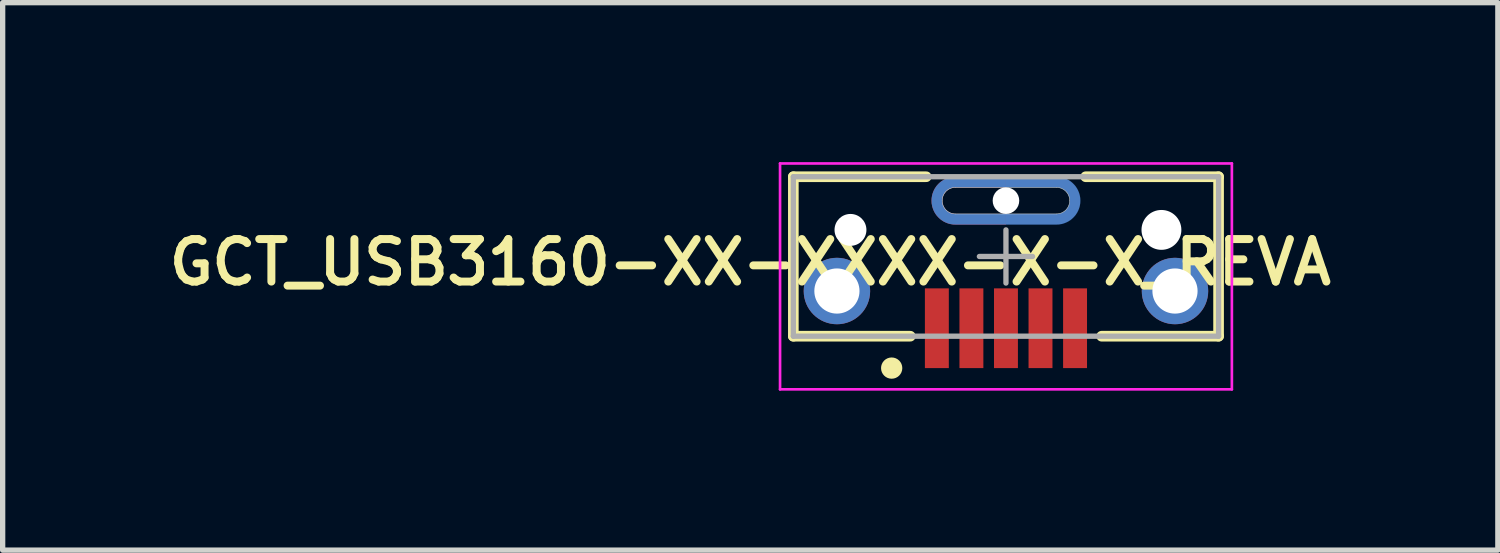
<source format=kicad_pcb>
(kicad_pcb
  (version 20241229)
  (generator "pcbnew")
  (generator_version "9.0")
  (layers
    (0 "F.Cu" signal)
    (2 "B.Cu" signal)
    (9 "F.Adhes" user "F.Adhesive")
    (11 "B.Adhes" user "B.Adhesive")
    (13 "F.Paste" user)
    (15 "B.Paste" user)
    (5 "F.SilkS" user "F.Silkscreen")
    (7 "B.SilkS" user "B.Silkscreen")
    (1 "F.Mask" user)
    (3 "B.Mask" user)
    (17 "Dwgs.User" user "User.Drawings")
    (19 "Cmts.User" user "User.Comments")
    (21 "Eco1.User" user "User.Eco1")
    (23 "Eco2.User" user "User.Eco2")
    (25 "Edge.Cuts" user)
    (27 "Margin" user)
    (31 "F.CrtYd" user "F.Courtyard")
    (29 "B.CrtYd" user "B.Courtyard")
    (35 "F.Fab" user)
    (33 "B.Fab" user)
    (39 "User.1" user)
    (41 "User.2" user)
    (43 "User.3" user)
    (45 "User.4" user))
  (footprint "GCT_USB3160-XX-XXXX-X-X_REVA"
    (layer "F.Cu")
    (at 15.875 1.775)
    (property "Reference" "GCT_USB3160-XX-XXXX-X-X_REVA" (at -4.81 0.11 180) (layer "F.SilkS") (effects (font (size 0.8 0.8) (thickness 0.15))))
    (attr smd)
    (fp_poly (pts (xy -1.503 -1.6) (xy 1.5 -1.6) (xy 1.5 -0.501) (xy -1.503 -0.501)) (stroke (width 0.01) (type solid)) (fill yes) (layer "F.Mask"))
    (fp_poly (pts (xy 0 -1.3) (xy 0 -1.5) (xy 0.95 -1.5) (xy 0.974 -1.499) (xy 0.997 -1.498) (xy 1.02 -1.494) (xy 1.044 -1.49) (xy 1.066 -1.485) (xy 1.089 -1.478) (xy 1.111 -1.47) (xy 1.133 -1.461) (xy 1.154 -1.451) (xy 1.175 -1.44) (xy 1.195 -1.427) (xy 1.215 -1.414) (xy 1.233 -1.4) (xy 1.251 -1.384) (xy 1.268 -1.368) (xy 1.284 -1.351) (xy 1.3 -1.333) (xy 1.314 -1.315) (xy 1.327 -1.295) (xy 1.34 -1.275) (xy 1.351 -1.254) (xy 1.361 -1.233) (xy 1.37 -1.211) (xy 1.378 -1.189) (xy 1.385 -1.166) (xy 1.39 -1.144) (xy 1.394 -1.12) (xy 1.398 -1.097) (xy 1.399 -1.074) (xy 1.4 -1.05) (xy 1.399 -1.026) (xy 1.398 -1.003) (xy 1.394 -0.98) (xy 1.39 -0.956) (xy 1.385 -0.934) (xy 1.378 -0.911) (xy 1.37 -0.889) (xy 1.361 -0.867) (xy 1.351 -0.846) (xy 1.34 -0.825) (xy 1.327 -0.805) (xy 1.314 -0.785) (xy 1.3 -0.767) (xy 1.284 -0.749) (xy 1.268 -0.732) (xy 1.251 -0.716) (xy 1.233 -0.7) (xy 1.215 -0.686) (xy 1.195 -0.673) (xy 1.175 -0.66) (xy 1.154 -0.649) (xy 1.133 -0.639) (xy 1.111 -0.63) (xy 1.089 -0.622) (xy 1.066 -0.615) (xy 1.044 -0.61) (xy 1.02 -0.606) (xy 0.997 -0.602) (xy 0.974 -0.601) (xy 0.95 -0.6) (xy 0 -0.6) (xy 0 -0.8) (xy 0.95 -0.8) (xy 0.963 -0.8) (xy 0.976 -0.801) (xy 0.989 -0.803) (xy 1.002 -0.805) (xy 1.015 -0.809) (xy 1.027 -0.812) (xy 1.04 -0.817) (xy 1.052 -0.822) (xy 1.063 -0.827) (xy 1.075 -0.833) (xy 1.086 -0.84) (xy 1.097 -0.848) (xy 1.107 -0.856) (xy 1.117 -0.864) (xy 1.127 -0.873) (xy 1.136 -0.883) (xy 1.144 -0.893) (xy 1.152 -0.903) (xy 1.16 -0.914) (xy 1.167 -0.925) (xy 1.173 -0.937) (xy 1.178 -0.948) (xy 1.183 -0.96) (xy 1.188 -0.973) (xy 1.191 -0.985) (xy 1.195 -0.998) (xy 1.197 -1.011) (xy 1.199 -1.024) (xy 1.2 -1.037) (xy 1.2 -1.05) (xy 1.2 -1.063) (xy 1.199 -1.076) (xy 1.197 -1.089) (xy 1.195 -1.102) (xy 1.191 -1.115) (xy 1.188 -1.127) (xy 1.183 -1.14) (xy 1.178 -1.152) (xy 1.173 -1.163) (xy 1.167 -1.175) (xy 1.16 -1.186) (xy 1.152 -1.197) (xy 1.144 -1.207) (xy 1.136 -1.217) (xy 1.127 -1.227) (xy 1.117 -1.236) (xy 1.107 -1.244) (xy 1.097 -1.252) (xy 1.086 -1.26) (xy 1.075 -1.267) (xy 1.063 -1.273) (xy 1.052 -1.278) (xy 1.04 -1.283) (xy 1.027 -1.288) (xy 1.015 -1.291) (xy 1.002 -1.295) (xy 0.989 -1.297) (xy 0.976 -1.299) (xy 0.963 -1.3) (xy 0.95 -1.3) (xy 0 -1.3)) (stroke (width 0.001) (type solid)) (fill yes) (layer "B.Cu"))
    (fp_poly (pts (xy 0 -0.8) (xy 0 -0.6) (xy -0.95 -0.6) (xy -0.974 -0.601) (xy -0.997 -0.602) (xy -1.02 -0.606) (xy -1.044 -0.61) (xy -1.066 -0.615) (xy -1.089 -0.622) (xy -1.111 -0.63) (xy -1.133 -0.639) (xy -1.154 -0.649) (xy -1.175 -0.66) (xy -1.195 -0.673) (xy -1.215 -0.686) (xy -1.233 -0.7) (xy -1.251 -0.716) (xy -1.268 -0.732) (xy -1.284 -0.749) (xy -1.3 -0.767) (xy -1.314 -0.785) (xy -1.327 -0.805) (xy -1.34 -0.825) (xy -1.351 -0.846) (xy -1.361 -0.867) (xy -1.37 -0.889) (xy -1.378 -0.911) (xy -1.385 -0.934) (xy -1.39 -0.956) (xy -1.394 -0.98) (xy -1.398 -1.003) (xy -1.399 -1.026) (xy -1.4 -1.05) (xy -1.399 -1.074) (xy -1.398 -1.097) (xy -1.394 -1.12) (xy -1.39 -1.144) (xy -1.385 -1.166) (xy -1.378 -1.189) (xy -1.37 -1.211) (xy -1.361 -1.233) (xy -1.351 -1.254) (xy -1.34 -1.275) (xy -1.327 -1.295) (xy -1.314 -1.315) (xy -1.3 -1.333) (xy -1.284 -1.351) (xy -1.268 -1.368) (xy -1.251 -1.384) (xy -1.233 -1.4) (xy -1.215 -1.414) (xy -1.195 -1.427) (xy -1.175 -1.44) (xy -1.154 -1.451) (xy -1.133 -1.461) (xy -1.111 -1.47) (xy -1.089 -1.478) (xy -1.066 -1.485) (xy -1.044 -1.49) (xy -1.02 -1.494) (xy -0.997 -1.498) (xy -0.974 -1.499) (xy -0.95 -1.5) (xy 0 -1.5) (xy 0 -1.3) (xy -0.95 -1.3) (xy -0.963 -1.3) (xy -0.976 -1.299) (xy -0.989 -1.297) (xy -1.002 -1.295) (xy -1.015 -1.291) (xy -1.027 -1.288) (xy -1.04 -1.283) (xy -1.052 -1.278) (xy -1.063 -1.273) (xy -1.075 -1.267) (xy -1.086 -1.26) (xy -1.097 -1.252) (xy -1.107 -1.244) (xy -1.117 -1.236) (xy -1.127 -1.227) (xy -1.136 -1.217) (xy -1.144 -1.207) (xy -1.152 -1.197) (xy -1.16 -1.186) (xy -1.167 -1.175) (xy -1.173 -1.163) (xy -1.178 -1.152) (xy -1.183 -1.14) (xy -1.188 -1.127) (xy -1.191 -1.115) (xy -1.195 -1.102) (xy -1.197 -1.089) (xy -1.199 -1.076) (xy -1.2 -1.063) (xy -1.2 -1.05) (xy -1.2 -1.037) (xy -1.199 -1.024) (xy -1.197 -1.011) (xy -1.195 -0.998) (xy -1.191 -0.985) (xy -1.188 -0.973) (xy -1.183 -0.96) (xy -1.178 -0.948) (xy -1.173 -0.937) (xy -1.167 -0.925) (xy -1.16 -0.914) (xy -1.152 -0.903) (xy -1.144 -0.893) (xy -1.136 -0.883) (xy -1.127 -0.873) (xy -1.117 -0.864) (xy -1.107 -0.856) (xy -1.097 -0.848) (xy -1.086 -0.84) (xy -1.075 -0.833) (xy -1.063 -0.827) (xy -1.052 -0.822) (xy -1.04 -0.817) (xy -1.027 -0.812) (xy -1.015 -0.809) (xy -1.002 -0.805) (xy -0.989 -0.803) (xy -0.976 -0.801) (xy -0.963 -0.8) (xy -0.95 -0.8) (xy 0 -0.8)) (stroke (width 0.001) (type solid)) (fill yes) (layer "B.Cu"))
    (fp_poly (pts (xy -1.502 -1.6) (xy 1.5 -1.6) (xy 1.5 -0.501) (xy -1.502 -0.501)) (stroke (width 0.01) (type solid)) (fill yes) (layer "B.Mask"))
    (fp_line (start -4 -1.5) (end -1.5 -1.5) (stroke (width 0.2) (type solid)) (layer "F.SilkS"))
    (fp_line (start -4 1.5) (end -4 -1.5) (stroke (width 0.2) (type solid)) (layer "F.SilkS"))
    (fp_line (start -4 1.5) (end -1.8 1.5) (stroke (width 0.2) (type solid)) (layer "F.SilkS"))
    (fp_line (start 1.5 -1.5) (end 4 -1.5) (stroke (width 0.2) (type solid)) (layer "F.SilkS"))
    (fp_line (start 1.8 1.5) (end 4 1.5) (stroke (width 0.2) (type solid)) (layer "F.SilkS"))
    (fp_line (start 4 1.5) (end 4 -1.5) (stroke (width 0.2) (type solid)) (layer "F.SilkS"))
    (fp_circle (center -2.15 2.1) (end -2.05 2.1) (stroke (width 0.2) (type solid)) (fill no) (layer "F.SilkS"))
    (fp_poly (pts (xy 0 -1.3) (xy 0 -1.5) (xy 0.95 -1.5) (xy 0.974 -1.499) (xy 0.997 -1.498) (xy 1.02 -1.494) (xy 1.044 -1.49) (xy 1.066 -1.485) (xy 1.089 -1.478) (xy 1.111 -1.47) (xy 1.133 -1.461) (xy 1.154 -1.451) (xy 1.175 -1.44) (xy 1.195 -1.427) (xy 1.215 -1.414) (xy 1.233 -1.4) (xy 1.251 -1.384) (xy 1.268 -1.368) (xy 1.284 -1.351) (xy 1.3 -1.333) (xy 1.314 -1.315) (xy 1.327 -1.295) (xy 1.34 -1.275) (xy 1.351 -1.254) (xy 1.361 -1.233) (xy 1.37 -1.211) (xy 1.378 -1.189) (xy 1.385 -1.166) (xy 1.39 -1.144) (xy 1.394 -1.12) (xy 1.398 -1.097) (xy 1.399 -1.074) (xy 1.4 -1.05) (xy 1.399 -1.026) (xy 1.398 -1.003) (xy 1.394 -0.98) (xy 1.39 -0.956) (xy 1.385 -0.934) (xy 1.378 -0.911) (xy 1.37 -0.889) (xy 1.361 -0.867) (xy 1.351 -0.846) (xy 1.34 -0.825) (xy 1.327 -0.805) (xy 1.314 -0.785) (xy 1.3 -0.767) (xy 1.284 -0.749) (xy 1.268 -0.732) (xy 1.251 -0.716) (xy 1.233 -0.7) (xy 1.215 -0.686) (xy 1.195 -0.673) (xy 1.175 -0.66) (xy 1.154 -0.649) (xy 1.133 -0.639) (xy 1.111 -0.63) (xy 1.089 -0.622) (xy 1.066 -0.615) (xy 1.044 -0.61) (xy 1.02 -0.606) (xy 0.997 -0.602) (xy 0.974 -0.601) (xy 0.95 -0.6) (xy 0 -0.6) (xy 0 -0.8) (xy 0.95 -0.8) (xy 0.963 -0.8) (xy 0.976 -0.801) (xy 0.989 -0.803) (xy 1.002 -0.805) (xy 1.015 -0.809) (xy 1.027 -0.812) (xy 1.04 -0.817) (xy 1.052 -0.822) (xy 1.063 -0.827) (xy 1.075 -0.833) (xy 1.086 -0.84) (xy 1.097 -0.848) (xy 1.107 -0.856) (xy 1.117 -0.864) (xy 1.127 -0.873) (xy 1.136 -0.883) (xy 1.144 -0.893) (xy 1.152 -0.903) (xy 1.16 -0.914) (xy 1.167 -0.925) (xy 1.173 -0.937) (xy 1.178 -0.948) (xy 1.183 -0.96) (xy 1.188 -0.973) (xy 1.191 -0.985) (xy 1.195 -0.998) (xy 1.197 -1.011) (xy 1.199 -1.024) (xy 1.2 -1.037) (xy 1.2 -1.05) (xy 1.2 -1.063) (xy 1.199 -1.076) (xy 1.197 -1.089) (xy 1.195 -1.102) (xy 1.191 -1.115) (xy 1.188 -1.127) (xy 1.183 -1.14) (xy 1.178 -1.152) (xy 1.173 -1.163) (xy 1.167 -1.175) (xy 1.16 -1.186) (xy 1.152 -1.197) (xy 1.144 -1.207) (xy 1.136 -1.217) (xy 1.127 -1.227) (xy 1.117 -1.236) (xy 1.107 -1.244) (xy 1.097 -1.252) (xy 1.086 -1.26) (xy 1.075 -1.267) (xy 1.063 -1.273) (xy 1.052 -1.278) (xy 1.04 -1.283) (xy 1.027 -1.288) (xy 1.015 -1.291) (xy 1.002 -1.295) (xy 0.989 -1.297) (xy 0.976 -1.299) (xy 0.963 -1.3) (xy 0.95 -1.3) (xy 0 -1.3)) (stroke (width 0.001) (type solid)) (fill yes) (layer "F.Paste"))
    (fp_poly (pts (xy 0 -0.8) (xy 0 -0.6) (xy -0.95 -0.6) (xy -0.974 -0.601) (xy -0.997 -0.602) (xy -1.02 -0.606) (xy -1.044 -0.61) (xy -1.066 -0.615) (xy -1.089 -0.622) (xy -1.111 -0.63) (xy -1.133 -0.639) (xy -1.154 -0.649) (xy -1.175 -0.66) (xy -1.195 -0.673) (xy -1.215 -0.686) (xy -1.233 -0.7) (xy -1.251 -0.716) (xy -1.268 -0.732) (xy -1.284 -0.749) (xy -1.3 -0.767) (xy -1.314 -0.785) (xy -1.327 -0.805) (xy -1.34 -0.825) (xy -1.351 -0.846) (xy -1.361 -0.867) (xy -1.37 -0.889) (xy -1.378 -0.911) (xy -1.385 -0.934) (xy -1.39 -0.956) (xy -1.394 -0.98) (xy -1.398 -1.003) (xy -1.399 -1.026) (xy -1.4 -1.05) (xy -1.399 -1.074) (xy -1.398 -1.097) (xy -1.394 -1.12) (xy -1.39 -1.144) (xy -1.385 -1.166) (xy -1.378 -1.189) (xy -1.37 -1.211) (xy -1.361 -1.233) (xy -1.351 -1.254) (xy -1.34 -1.275) (xy -1.327 -1.295) (xy -1.314 -1.315) (xy -1.3 -1.333) (xy -1.284 -1.351) (xy -1.268 -1.368) (xy -1.251 -1.384) (xy -1.233 -1.4) (xy -1.215 -1.414) (xy -1.195 -1.427) (xy -1.175 -1.44) (xy -1.154 -1.451) (xy -1.133 -1.461) (xy -1.111 -1.47) (xy -1.089 -1.478) (xy -1.066 -1.485) (xy -1.044 -1.49) (xy -1.02 -1.494) (xy -0.997 -1.498) (xy -0.974 -1.499) (xy -0.95 -1.5) (xy 0 -1.5) (xy 0 -1.3) (xy -0.95 -1.3) (xy -0.963 -1.3) (xy -0.976 -1.299) (xy -0.989 -1.297) (xy -1.002 -1.295) (xy -1.015 -1.291) (xy -1.027 -1.288) (xy -1.04 -1.283) (xy -1.052 -1.278) (xy -1.063 -1.273) (xy -1.075 -1.267) (xy -1.086 -1.26) (xy -1.097 -1.252) (xy -1.107 -1.244) (xy -1.117 -1.236) (xy -1.127 -1.227) (xy -1.136 -1.217) (xy -1.144 -1.207) (xy -1.152 -1.197) (xy -1.16 -1.186) (xy -1.167 -1.175) (xy -1.173 -1.163) (xy -1.178 -1.152) (xy -1.183 -1.14) (xy -1.188 -1.127) (xy -1.191 -1.115) (xy -1.195 -1.102) (xy -1.197 -1.089) (xy -1.199 -1.076) (xy -1.2 -1.063) (xy -1.2 -1.05) (xy -1.2 -1.037) (xy -1.199 -1.024) (xy -1.197 -1.011) (xy -1.195 -0.998) (xy -1.191 -0.985) (xy -1.188 -0.973) (xy -1.183 -0.96) (xy -1.178 -0.948) (xy -1.173 -0.937) (xy -1.167 -0.925) (xy -1.16 -0.914) (xy -1.152 -0.903) (xy -1.144 -0.893) (xy -1.136 -0.883) (xy -1.127 -0.873) (xy -1.117 -0.864) (xy -1.107 -0.856) (xy -1.097 -0.848) (xy -1.086 -0.84) (xy -1.075 -0.833) (xy -1.063 -0.827) (xy -1.052 -0.822) (xy -1.04 -0.817) (xy -1.027 -0.812) (xy -1.015 -0.809) (xy -1.002 -0.805) (xy -0.989 -0.803) (xy -0.976 -0.801) (xy -0.963 -0.8) (xy -0.95 -0.8) (xy 0 -0.8)) (stroke (width 0.001) (type solid)) (fill yes) (layer "F.Paste"))
    (fp_poly (pts (xy 0 -1.3) (xy 0 -1.5) (xy 0.95 -1.5) (xy 0.974 -1.499) (xy 0.997 -1.498) (xy 1.02 -1.494) (xy 1.044 -1.49) (xy 1.066 -1.485) (xy 1.089 -1.478) (xy 1.111 -1.47) (xy 1.133 -1.461) (xy 1.154 -1.451) (xy 1.175 -1.44) (xy 1.195 -1.427) (xy 1.215 -1.414) (xy 1.233 -1.4) (xy 1.251 -1.384) (xy 1.268 -1.368) (xy 1.284 -1.351) (xy 1.3 -1.333) (xy 1.314 -1.315) (xy 1.327 -1.295) (xy 1.34 -1.275) (xy 1.351 -1.254) (xy 1.361 -1.233) (xy 1.37 -1.211) (xy 1.378 -1.189) (xy 1.385 -1.166) (xy 1.39 -1.144) (xy 1.394 -1.12) (xy 1.398 -1.097) (xy 1.399 -1.074) (xy 1.4 -1.05) (xy 1.399 -1.026) (xy 1.398 -1.003) (xy 1.394 -0.98) (xy 1.39 -0.956) (xy 1.385 -0.934) (xy 1.378 -0.911) (xy 1.37 -0.889) (xy 1.361 -0.867) (xy 1.351 -0.846) (xy 1.34 -0.825) (xy 1.327 -0.805) (xy 1.314 -0.785) (xy 1.3 -0.767) (xy 1.284 -0.749) (xy 1.268 -0.732) (xy 1.251 -0.716) (xy 1.233 -0.7) (xy 1.215 -0.686) (xy 1.195 -0.673) (xy 1.175 -0.66) (xy 1.154 -0.649) (xy 1.133 -0.639) (xy 1.111 -0.63) (xy 1.089 -0.622) (xy 1.066 -0.615) (xy 1.044 -0.61) (xy 1.02 -0.606) (xy 0.997 -0.602) (xy 0.974 -0.601) (xy 0.95 -0.6) (xy 0 -0.6) (xy 0 -0.8) (xy 0.95 -0.8) (xy 0.963 -0.8) (xy 0.976 -0.801) (xy 0.989 -0.803) (xy 1.002 -0.805) (xy 1.015 -0.809) (xy 1.027 -0.812) (xy 1.04 -0.817) (xy 1.052 -0.822) (xy 1.063 -0.827) (xy 1.075 -0.833) (xy 1.086 -0.84) (xy 1.097 -0.848) (xy 1.107 -0.856) (xy 1.117 -0.864) (xy 1.127 -0.873) (xy 1.136 -0.883) (xy 1.144 -0.893) (xy 1.152 -0.903) (xy 1.16 -0.914) (xy 1.167 -0.925) (xy 1.173 -0.937) (xy 1.178 -0.948) (xy 1.183 -0.96) (xy 1.188 -0.973) (xy 1.191 -0.985) (xy 1.195 -0.998) (xy 1.197 -1.011) (xy 1.199 -1.024) (xy 1.2 -1.037) (xy 1.2 -1.05) (xy 1.2 -1.063) (xy 1.199 -1.076) (xy 1.197 -1.089) (xy 1.195 -1.102) (xy 1.191 -1.115) (xy 1.188 -1.127) (xy 1.183 -1.14) (xy 1.178 -1.152) (xy 1.173 -1.163) (xy 1.167 -1.175) (xy 1.16 -1.186) (xy 1.152 -1.197) (xy 1.144 -1.207) (xy 1.136 -1.217) (xy 1.127 -1.227) (xy 1.117 -1.236) (xy 1.107 -1.244) (xy 1.097 -1.252) (xy 1.086 -1.26) (xy 1.075 -1.267) (xy 1.063 -1.273) (xy 1.052 -1.278) (xy 1.04 -1.283) (xy 1.027 -1.288) (xy 1.015 -1.291) (xy 1.002 -1.295) (xy 0.989 -1.297) (xy 0.976 -1.299) (xy 0.963 -1.3) (xy 0.95 -1.3) (xy 0 -1.3)) (stroke (width 0.001) (type solid)) (fill yes) (layer "B.Paste"))
    (fp_poly (pts (xy 0 -0.8) (xy 0 -0.6) (xy -0.95 -0.6) (xy -0.974 -0.601) (xy -0.997 -0.602) (xy -1.02 -0.606) (xy -1.044 -0.61) (xy -1.066 -0.615) (xy -1.089 -0.622) (xy -1.111 -0.63) (xy -1.133 -0.639) (xy -1.154 -0.649) (xy -1.175 -0.66) (xy -1.195 -0.673) (xy -1.215 -0.686) (xy -1.233 -0.7) (xy -1.251 -0.716) (xy -1.268 -0.732) (xy -1.284 -0.749) (xy -1.3 -0.767) (xy -1.314 -0.785) (xy -1.327 -0.805) (xy -1.34 -0.825) (xy -1.351 -0.846) (xy -1.361 -0.867) (xy -1.37 -0.889) (xy -1.378 -0.911) (xy -1.385 -0.934) (xy -1.39 -0.956) (xy -1.394 -0.98) (xy -1.398 -1.003) (xy -1.399 -1.026) (xy -1.4 -1.05) (xy -1.399 -1.074) (xy -1.398 -1.097) (xy -1.394 -1.12) (xy -1.39 -1.144) (xy -1.385 -1.166) (xy -1.378 -1.189) (xy -1.37 -1.211) (xy -1.361 -1.233) (xy -1.351 -1.254) (xy -1.34 -1.275) (xy -1.327 -1.295) (xy -1.314 -1.315) (xy -1.3 -1.333) (xy -1.284 -1.351) (xy -1.268 -1.368) (xy -1.251 -1.384) (xy -1.233 -1.4) (xy -1.215 -1.414) (xy -1.195 -1.427) (xy -1.175 -1.44) (xy -1.154 -1.451) (xy -1.133 -1.461) (xy -1.111 -1.47) (xy -1.089 -1.478) (xy -1.066 -1.485) (xy -1.044 -1.49) (xy -1.02 -1.494) (xy -0.997 -1.498) (xy -0.974 -1.499) (xy -0.95 -1.5) (xy 0 -1.5) (xy 0 -1.3) (xy -0.95 -1.3) (xy -0.963 -1.3) (xy -0.976 -1.299) (xy -0.989 -1.297) (xy -1.002 -1.295) (xy -1.015 -1.291) (xy -1.027 -1.288) (xy -1.04 -1.283) (xy -1.052 -1.278) (xy -1.063 -1.273) (xy -1.075 -1.267) (xy -1.086 -1.26) (xy -1.097 -1.252) (xy -1.107 -1.244) (xy -1.117 -1.236) (xy -1.127 -1.227) (xy -1.136 -1.217) (xy -1.144 -1.207) (xy -1.152 -1.197) (xy -1.16 -1.186) (xy -1.167 -1.175) (xy -1.173 -1.163) (xy -1.178 -1.152) (xy -1.183 -1.14) (xy -1.188 -1.127) (xy -1.191 -1.115) (xy -1.195 -1.102) (xy -1.197 -1.089) (xy -1.199 -1.076) (xy -1.2 -1.063) (xy -1.2 -1.05) (xy -1.2 -1.037) (xy -1.199 -1.024) (xy -1.197 -1.011) (xy -1.195 -0.998) (xy -1.191 -0.985) (xy -1.188 -0.973) (xy -1.183 -0.96) (xy -1.178 -0.948) (xy -1.173 -0.937) (xy -1.167 -0.925) (xy -1.16 -0.914) (xy -1.152 -0.903) (xy -1.144 -0.893) (xy -1.136 -0.883) (xy -1.127 -0.873) (xy -1.117 -0.864) (xy -1.107 -0.856) (xy -1.097 -0.848) (xy -1.086 -0.84) (xy -1.075 -0.833) (xy -1.063 -0.827) (xy -1.052 -0.822) (xy -1.04 -0.817) (xy -1.027 -0.812) (xy -1.015 -0.809) (xy -1.002 -0.805) (xy -0.989 -0.803) (xy -0.976 -0.801) (xy -0.963 -0.8) (xy -0.95 -0.8) (xy 0 -0.8)) (stroke (width 0.001) (type solid)) (fill yes) (layer "B.Paste"))
    (fp_line (start -0.95 -1.3) (end 0.95 -1.3) (stroke (width 0.01) (type solid)) (layer "Edge.Cuts"))
    (fp_line (start 0.95 -0.8) (end -0.95 -0.8) (stroke (width 0.01) (type solid)) (layer "Edge.Cuts"))
    (fp_arc (start -1.2 -1.05) (mid -1.126777 -1.226777) (end -0.95 -1.3) (stroke (width 0.01) (type solid)) (layer "Edge.Cuts"))
    (fp_arc (start -0.95 -0.8) (mid -1.126777 -0.873223) (end -1.2 -1.05) (stroke (width 0.01) (type solid)) (layer "Edge.Cuts"))
    (fp_arc (start 0.95 -1.3) (mid 1.126777 -1.226777) (end 1.2 -1.05) (stroke (width 0.01) (type solid)) (layer "Edge.Cuts"))
    (fp_arc (start 1.2 -1.05) (mid 1.126777 -0.873223) (end 0.95 -0.8) (stroke (width 0.01) (type solid)) (layer "Edge.Cuts"))
    (fp_line (start -4.25 -1.75) (end 4.25 -1.75) (stroke (width 0.05) (type solid)) (layer "F.CrtYd"))
    (fp_line (start -4.25 2.5) (end -4.25 -1.75) (stroke (width 0.05) (type solid)) (layer "F.CrtYd"))
    (fp_line (start -4.25 2.5) (end 4.25 2.5) (stroke (width 0.05) (type solid)) (layer "F.CrtYd"))
    (fp_line (start 4.25 2.5) (end 4.25 -1.75) (stroke (width 0.05) (type solid)) (layer "F.CrtYd"))
    (fp_line (start -4 -1.5) (end 4 -1.5) (stroke (width 0.1) (type solid)) (layer "F.Fab"))
    (fp_line (start -4 1.5) (end -4 -1.5) (stroke (width 0.1) (type solid)) (layer "F.Fab"))
    (fp_line (start -4 1.5) (end 4 1.5) (stroke (width 0.1) (type solid)) (layer "F.Fab"))
    (fp_line (start -0.5 0) (end 0.5 0) (stroke (width 0.1) (type solid)) (layer "F.Fab"))
    (fp_line (start 0 0.5) (end 0 -0.5) (stroke (width 0.1) (type solid)) (layer "F.Fab"))
    (fp_line (start 4 1.5) (end 4 -1.5) (stroke (width 0.1) (type solid)) (layer "F.Fab"))
    (pad "" np_thru_hole circle (at -2.925 -0.5) (size 0.6 0.6) (drill 0.6) (layers "*.Cu" "*.Mask"))
    (pad "" np_thru_hole circle (at 0 -1.05) (size 0.5 0.5) (drill 0.5) (layers "*.Cu" "*.Mask"))
    (pad "" np_thru_hole circle (at 2.925 -0.5) (size 0.75 0.75) (drill 0.75) (layers "*.Cu" "*.Mask"))
    (pad "1" smd rect (at -1.3 1.35) (size 0.45 1.5) (layers "F.Cu" "F.Mask" "F.Paste"))
    (pad "2" smd rect (at -0.65 1.35) (size 0.45 1.5) (layers "F.Cu" "F.Mask" "F.Paste"))
    (pad "3" smd rect (at 0 1.35) (size 0.45 1.5) (layers "F.Cu" "F.Mask" "F.Paste"))
    (pad "4" smd rect (at 0.65 1.35) (size 0.45 1.5) (layers "F.Cu" "F.Mask" "F.Paste"))
    (pad "5" smd rect (at 1.3 1.35) (size 0.45 1.5) (layers "F.Cu" "F.Mask" "F.Paste"))
    (pad "6" smd custom (at 0 -1.4) (size 0.1 0.1) (layers "F.Cu") (options (anchor rect)) (primitives (gr_poly (pts (xy 0 0.6) (xy 0 0.8) (xy -0.95 0.8) (xy -0.974 0.799) (xy -0.997 0.798) (xy -1.02 0.794) (xy -1.044 0.79) (xy -1.066 0.785) (xy -1.089 0.778) (xy -1.111 0.77) (xy -1.133 0.761) (xy -1.154 0.751) (xy -1.175 0.74) (xy -1.195 0.727) (xy -1.215 0.714) (xy -1.233 0.7) (xy -1.251 0.684) (xy -1.268 0.668) (xy -1.284 0.651) (xy -1.3 0.633) (xy -1.314 0.615) (xy -1.327 0.595) (xy -1.34 0.575) (xy -1.351 0.554) (xy -1.361 0.533) (xy -1.37 0.511) (xy -1.378 0.489) (xy -1.385 0.466) (xy -1.39 0.444) (xy -1.394 0.42) (xy -1.398 0.397) (xy -1.399 0.374) (xy -1.4 0.35) (xy -1.399 0.326) (xy -1.398 0.303) (xy -1.394 0.28) (xy -1.39 0.256) (xy -1.385 0.234) (xy -1.378 0.211) (xy -1.37 0.189) (xy -1.361 0.167) (xy -1.351 0.146) (xy -1.34 0.125) (xy -1.327 0.105) (xy -1.314 0.085) (xy -1.3 0.067) (xy -1.284 0.049) (xy -1.268 0.032) (xy -1.251 0.016) (xy -1.233 0) (xy -1.215 -0.014) (xy -1.195 -0.027) (xy -1.175 -0.04) (xy -1.154 -0.051) (xy -1.133 -0.061) (xy -1.111 -0.07) (xy -1.089 -0.078) (xy -1.066 -0.085) (xy -1.044 -0.09) (xy -1.02 -0.094) (xy -0.997 -0.098) (xy -0.974 -0.099) (xy -0.95 -0.1) (xy 0 -0.1) (xy 0 0.1) (xy -0.95 0.1) (xy -0.963 0.1) (xy -0.976 0.101) (xy -0.989 0.103) (xy -1.002 0.105) (xy -1.015 0.109) (xy -1.027 0.112) (xy -1.04 0.117) (xy -1.052 0.122) (xy -1.063 0.127) (xy -1.075 0.133) (xy -1.086 0.14) (xy -1.097 0.148) (xy -1.107 0.156) (xy -1.117 0.164) (xy -1.127 0.173) (xy -1.136 0.183) (xy -1.144 0.193) (xy -1.152 0.203) (xy -1.16 0.214) (xy -1.167 0.225) (xy -1.173 0.237) (xy -1.178 0.248) (xy -1.183 0.26) (xy -1.188 0.273) (xy -1.191 0.285) (xy -1.195 0.298) (xy -1.197 0.311) (xy -1.199 0.324) (xy -1.2 0.337) (xy -1.2 0.35) (xy -1.2 0.363) (xy -1.199 0.376) (xy -1.197 0.389) (xy -1.195 0.402) (xy -1.191 0.415) (xy -1.188 0.427) (xy -1.183 0.44) (xy -1.178 0.452) (xy -1.173 0.463) (xy -1.167 0.475) (xy -1.16 0.486) (xy -1.152 0.497) (xy -1.144 0.507) (xy -1.136 0.517) (xy -1.127 0.527) (xy -1.117 0.536) (xy -1.107 0.544) (xy -1.097 0.552) (xy -1.086 0.56) (xy -1.075 0.567) (xy -1.063 0.573) (xy -1.052 0.578) (xy -1.04 0.583) (xy -1.027 0.588) (xy -1.015 0.591) (xy -1.002 0.595) (xy -0.989 0.597) (xy -0.976 0.599) (xy -0.963 0.6) (xy -0.95 0.6) (xy 0 0.6)) (width 0.001) (fill yes))))
    (pad "7" thru_hole circle (at 3.18 0.65) (size 1.25 1.25) (drill 0.85) (layers "*.Cu" "*.Mask"))
    (pad "8" thru_hole circle (at -3.18 0.65) (size 1.25 1.25) (drill 0.85) (layers "*.Cu" "*.Mask")))
  (gr_rect
    (start -3 -3)
    (end 25.129 7.3)
    (stroke (width 0.1) (type default))
    (fill no)
    (layer "Edge.Cuts")))
</source>
